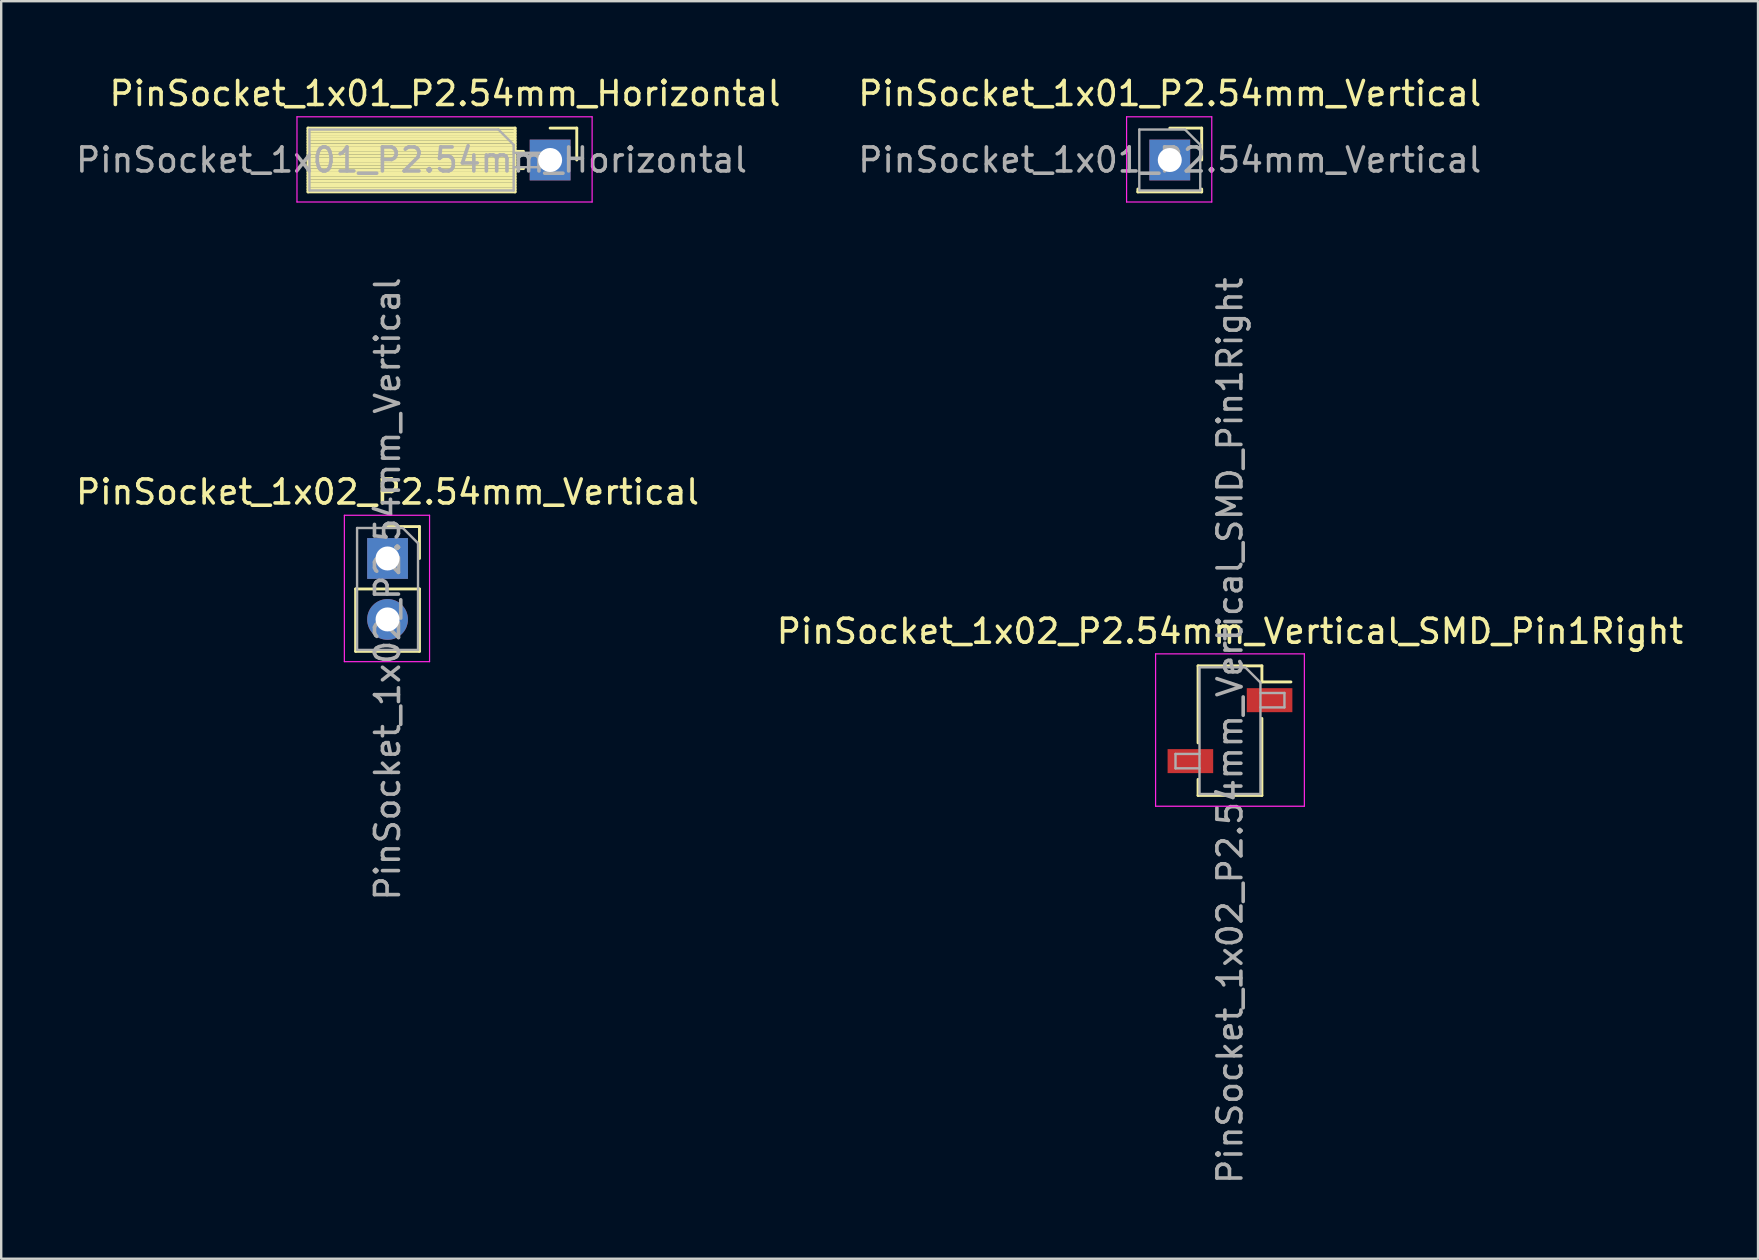
<source format=kicad_pcb>
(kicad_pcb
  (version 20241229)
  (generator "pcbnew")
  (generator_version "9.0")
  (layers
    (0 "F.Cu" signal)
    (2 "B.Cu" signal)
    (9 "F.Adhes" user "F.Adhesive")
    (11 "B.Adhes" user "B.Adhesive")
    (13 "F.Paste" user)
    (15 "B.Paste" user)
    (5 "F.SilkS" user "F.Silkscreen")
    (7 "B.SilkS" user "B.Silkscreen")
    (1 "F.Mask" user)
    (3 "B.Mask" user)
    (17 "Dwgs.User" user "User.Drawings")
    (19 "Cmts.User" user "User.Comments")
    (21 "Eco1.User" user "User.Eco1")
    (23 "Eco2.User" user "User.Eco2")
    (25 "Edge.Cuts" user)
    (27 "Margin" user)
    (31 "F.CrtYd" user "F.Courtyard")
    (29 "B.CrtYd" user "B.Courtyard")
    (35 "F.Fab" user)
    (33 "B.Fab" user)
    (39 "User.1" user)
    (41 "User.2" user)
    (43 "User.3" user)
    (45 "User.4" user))
  (footprint "PinSocket_1x02_P2.54mm_Vertical_SMD_Pin1Right"
    (layer "F.Cu")
    (at 48.208 27.399)
    (property "Reference" "PinSocket_1x02_P2.54mm_Vertical_SMD_Pin1Right" (at 0 -4.14 0) (layer "F.SilkS") (effects (font (size 1 1) (thickness 0.15))))
    (attr smd)
    (fp_line (start -1.33 -2.7) (end -1.33 0.51) (stroke (width 0.12) (type solid)) (layer "F.SilkS"))
    (fp_line (start -1.33 -2.7) (end 1.33 -2.7) (stroke (width 0.12) (type solid)) (layer "F.SilkS"))
    (fp_line (start -1.33 2.03) (end -1.33 2.7) (stroke (width 0.12) (type solid)) (layer "F.SilkS"))
    (fp_line (start -1.33 2.7) (end 1.33 2.7) (stroke (width 0.12) (type solid)) (layer "F.SilkS"))
    (fp_line (start 1.33 -2.7) (end 1.33 -2.03) (stroke (width 0.12) (type solid)) (layer "F.SilkS"))
    (fp_line (start 1.33 -2.03) (end 2.54 -2.03) (stroke (width 0.12) (type solid)) (layer "F.SilkS"))
    (fp_line (start 1.33 -0.51) (end 1.33 2.7) (stroke (width 0.12) (type solid)) (layer "F.SilkS"))
    (fp_line (start -3.1 -3.2) (end 3.1 -3.2) (stroke (width 0.05) (type solid)) (layer "F.CrtYd"))
    (fp_line (start -3.1 3.15) (end -3.1 -3.2) (stroke (width 0.05) (type solid)) (layer "F.CrtYd"))
    (fp_line (start 3.1 -3.2) (end 3.1 3.15) (stroke (width 0.05) (type solid)) (layer "F.CrtYd"))
    (fp_line (start 3.1 3.15) (end -3.1 3.15) (stroke (width 0.05) (type solid)) (layer "F.CrtYd"))
    (fp_line (start -2.27 0.97) (end -1.27 0.97) (stroke (width 0.1) (type solid)) (layer "F.Fab"))
    (fp_line (start -2.27 1.57) (end -2.27 0.97) (stroke (width 0.1) (type solid)) (layer "F.Fab"))
    (fp_line (start -1.27 -2.64) (end 0.635 -2.64) (stroke (width 0.1) (type solid)) (layer "F.Fab"))
    (fp_line (start -1.27 1.57) (end -2.27 1.57) (stroke (width 0.1) (type solid)) (layer "F.Fab"))
    (fp_line (start -1.27 2.64) (end -1.27 -2.64) (stroke (width 0.1) (type solid)) (layer "F.Fab"))
    (fp_line (start 0.635 -2.64) (end 1.27 -2.005) (stroke (width 0.1) (type solid)) (layer "F.Fab"))
    (fp_line (start 1.27 -2.005) (end 1.27 2.64) (stroke (width 0.1) (type solid)) (layer "F.Fab"))
    (fp_line (start 1.27 -1.57) (end 2.27 -1.57) (stroke (width 0.1) (type solid)) (layer "F.Fab"))
    (fp_line (start 1.27 2.64) (end -1.27 2.64) (stroke (width 0.1) (type solid)) (layer "F.Fab"))
    (fp_line (start 2.27 -1.57) (end 2.27 -0.97) (stroke (width 0.1) (type solid)) (layer "F.Fab"))
    (fp_line (start 2.27 -0.97) (end 1.27 -0.97) (stroke (width 0.1) (type solid)) (layer "F.Fab"))
    (fp_text user "${REFERENCE}" (at 0 0 90) (layer "F.Fab") (effects (font (size 1 1) (thickness 0.15))))
    (pad "1" smd rect (at 1.65 -1.27) (size 1.9 1) (layers "F.Cu" "F.Mask" "F.Paste"))
    (pad "2" smd rect (at -1.65 1.27) (size 1.9 1) (layers "F.Cu" "F.Mask" "F.Paste")))
  (footprint "PinSocket_1x02_P2.54mm_Vertical"
    (layer "F.Cu")
    (at 13.101 20.224)
    (property "Reference" "PinSocket_1x02_P2.54mm_Vertical" (at 0 -2.77 0) (layer "F.SilkS") (effects (font (size 1 1) (thickness 0.15))))
    (attr through_hole)
    (fp_line (start -1.33 1.27) (end -1.33 3.87) (stroke (width 0.12) (type solid)) (layer "F.SilkS"))
    (fp_line (start -1.33 1.27) (end 1.33 1.27) (stroke (width 0.12) (type solid)) (layer "F.SilkS"))
    (fp_line (start -1.33 3.87) (end 1.33 3.87) (stroke (width 0.12) (type solid)) (layer "F.SilkS"))
    (fp_line (start 0 -1.33) (end 1.33 -1.33) (stroke (width 0.12) (type solid)) (layer "F.SilkS"))
    (fp_line (start 1.33 -1.33) (end 1.33 0) (stroke (width 0.12) (type solid)) (layer "F.SilkS"))
    (fp_line (start 1.33 1.27) (end 1.33 3.87) (stroke (width 0.12) (type solid)) (layer "F.SilkS"))
    (fp_line (start -1.8 -1.8) (end 1.75 -1.8) (stroke (width 0.05) (type solid)) (layer "F.CrtYd"))
    (fp_line (start -1.8 4.3) (end -1.8 -1.8) (stroke (width 0.05) (type solid)) (layer "F.CrtYd"))
    (fp_line (start 1.75 -1.8) (end 1.75 4.3) (stroke (width 0.05) (type solid)) (layer "F.CrtYd"))
    (fp_line (start 1.75 4.3) (end -1.8 4.3) (stroke (width 0.05) (type solid)) (layer "F.CrtYd"))
    (fp_line (start -1.27 -1.27) (end 0.635 -1.27) (stroke (width 0.1) (type solid)) (layer "F.Fab"))
    (fp_line (start -1.27 3.81) (end -1.27 -1.27) (stroke (width 0.1) (type solid)) (layer "F.Fab"))
    (fp_line (start 0.635 -1.27) (end 1.27 -0.635) (stroke (width 0.1) (type solid)) (layer "F.Fab"))
    (fp_line (start 1.27 -0.635) (end 1.27 3.81) (stroke (width 0.1) (type solid)) (layer "F.Fab"))
    (fp_line (start 1.27 3.81) (end -1.27 3.81) (stroke (width 0.1) (type solid)) (layer "F.Fab"))
    (fp_text user "${REFERENCE}" (at 0 1.27 90) (layer "F.Fab") (effects (font (size 1 1) (thickness 0.15))))
    (pad "1" thru_hole rect (at 0 0) (size 1.7 1.7) (drill 1) (layers "*.Cu" "*.Mask"))
    (pad "2" thru_hole oval (at 0 2.54) (size 1.7 1.7) (drill 1) (layers "*.Cu" "*.Mask")))
  (footprint "PinSocket_1x01_P2.54mm_Horizontal"
    (layer "F.Cu")
    (at 19.876 3.618)
    (property "Reference" "PinSocket_1x01_P2.54mm_Horizontal" (at -4.38 -2.77 0) (layer "F.SilkS") (effects (font (size 1 1) (thickness 0.15))))
    (attr through_hole)
    (fp_line (start -10.09 -1.33) (end -10.09 1.33) (stroke (width 0.12) (type solid)) (layer "F.SilkS"))
    (fp_line (start -10.09 -1.33) (end -1.46 -1.33) (stroke (width 0.12) (type solid)) (layer "F.SilkS"))
    (fp_line (start -10.09 -1.21) (end -1.46 -1.21) (stroke (width 0.12) (type solid)) (layer "F.SilkS"))
    (fp_line (start -10.09 -1.095) (end -1.46 -1.095) (stroke (width 0.12) (type solid)) (layer "F.SilkS"))
    (fp_line (start -10.09 -0.979) (end -1.46 -0.979) (stroke (width 0.12) (type solid)) (layer "F.SilkS"))
    (fp_line (start -10.09 -0.864) (end -1.46 -0.864) (stroke (width 0.12) (type solid)) (layer "F.SilkS"))
    (fp_line (start -10.09 -0.748) (end -1.46 -0.748) (stroke (width 0.12) (type solid)) (layer "F.SilkS"))
    (fp_line (start -10.09 -0.633) (end -1.46 -0.633) (stroke (width 0.12) (type solid)) (layer "F.SilkS"))
    (fp_line (start -10.09 -0.517) (end -1.46 -0.517) (stroke (width 0.12) (type solid)) (layer "F.SilkS"))
    (fp_line (start -10.09 -0.402) (end -1.46 -0.402) (stroke (width 0.12) (type solid)) (layer "F.SilkS"))
    (fp_line (start -10.09 -0.286) (end -1.46 -0.286) (stroke (width 0.12) (type solid)) (layer "F.SilkS"))
    (fp_line (start -10.09 -0.171) (end -1.46 -0.171) (stroke (width 0.12) (type solid)) (layer "F.SilkS"))
    (fp_line (start -10.09 -0.055) (end -1.46 -0.055) (stroke (width 0.12) (type solid)) (layer "F.SilkS"))
    (fp_line (start -10.09 0.06) (end -1.46 0.06) (stroke (width 0.12) (type solid)) (layer "F.SilkS"))
    (fp_line (start -10.09 0.175) (end -1.46 0.175) (stroke (width 0.12) (type solid)) (layer "F.SilkS"))
    (fp_line (start -10.09 0.291) (end -1.46 0.291) (stroke (width 0.12) (type solid)) (layer "F.SilkS"))
    (fp_line (start -10.09 0.406) (end -1.46 0.406) (stroke (width 0.12) (type solid)) (layer "F.SilkS"))
    (fp_line (start -10.09 0.522) (end -1.46 0.522) (stroke (width 0.12) (type solid)) (layer "F.SilkS"))
    (fp_line (start -10.09 0.637) (end -1.46 0.637) (stroke (width 0.12) (type solid)) (layer "F.SilkS"))
    (fp_line (start -10.09 0.753) (end -1.46 0.753) (stroke (width 0.12) (type solid)) (layer "F.SilkS"))
    (fp_line (start -10.09 0.868) (end -1.46 0.868) (stroke (width 0.12) (type solid)) (layer "F.SilkS"))
    (fp_line (start -10.09 0.984) (end -1.46 0.984) (stroke (width 0.12) (type solid)) (layer "F.SilkS"))
    (fp_line (start -10.09 1.099) (end -1.46 1.099) (stroke (width 0.12) (type solid)) (layer "F.SilkS"))
    (fp_line (start -10.09 1.215) (end -1.46 1.215) (stroke (width 0.12) (type solid)) (layer "F.SilkS"))
    (fp_line (start -10.09 1.33) (end -1.46 1.33) (stroke (width 0.12) (type solid)) (layer "F.SilkS"))
    (fp_line (start -1.46 -1.33) (end -1.46 1.33) (stroke (width 0.12) (type solid)) (layer "F.SilkS"))
    (fp_line (start -1.46 -0.36) (end -1.11 -0.36) (stroke (width 0.12) (type solid)) (layer "F.SilkS"))
    (fp_line (start -1.46 0.36) (end -1.11 0.36) (stroke (width 0.12) (type solid)) (layer "F.SilkS"))
    (fp_line (start 0 -1.33) (end 1.11 -1.33) (stroke (width 0.12) (type solid)) (layer "F.SilkS"))
    (fp_line (start 1.11 -1.33) (end 1.11 0) (stroke (width 0.12) (type solid)) (layer "F.SilkS"))
    (fp_line (start -10.55 -1.8) (end -10.55 1.75) (stroke (width 0.05) (type solid)) (layer "F.CrtYd"))
    (fp_line (start -10.55 1.75) (end 1.75 1.75) (stroke (width 0.05) (type solid)) (layer "F.CrtYd"))
    (fp_line (start 1.75 -1.8) (end -10.55 -1.8) (stroke (width 0.05) (type solid)) (layer "F.CrtYd"))
    (fp_line (start 1.75 1.75) (end 1.75 -1.8) (stroke (width 0.05) (type solid)) (layer "F.CrtYd"))
    (fp_line (start -10.03 -1.27) (end -2.155 -1.27) (stroke (width 0.1) (type solid)) (layer "F.Fab"))
    (fp_line (start -10.03 1.27) (end -10.03 -1.27) (stroke (width 0.1) (type solid)) (layer "F.Fab"))
    (fp_line (start -2.155 -1.27) (end -1.52 -0.635) (stroke (width 0.1) (type solid)) (layer "F.Fab"))
    (fp_line (start -1.52 -0.635) (end -1.52 1.27) (stroke (width 0.1) (type solid)) (layer "F.Fab"))
    (fp_line (start -1.52 0.3) (end 0 0.3) (stroke (width 0.1) (type solid)) (layer "F.Fab"))
    (fp_line (start -1.52 1.27) (end -10.03 1.27) (stroke (width 0.1) (type solid)) (layer "F.Fab"))
    (fp_line (start 0 -0.3) (end -1.52 -0.3) (stroke (width 0.1) (type solid)) (layer "F.Fab"))
    (fp_line (start 0 0.3) (end 0 -0.3) (stroke (width 0.1) (type solid)) (layer "F.Fab"))
    (fp_text user "${REFERENCE}" (at -5.775 0 0) (layer "F.Fab") (effects (font (size 1 1) (thickness 0.15))))
    (pad "1" thru_hole rect (at 0 0) (size 1.7 1.7) (drill 1) (layers "*.Cu" "*.Mask")))
  (footprint "PinSocket_1x01_P2.54mm_Vertical"
    (layer "F.Cu")
    (at 45.699 3.618)
    (property "Reference" "PinSocket_1x01_P2.54mm_Vertical" (at 0 -2.77 0) (layer "F.SilkS") (effects (font (size 1 1) (thickness 0.15))))
    (attr through_hole)
    (fp_line (start -1.33 1.21) (end -1.33 1.33) (stroke (width 0.12) (type solid)) (layer "F.SilkS"))
    (fp_line (start -1.33 1.33) (end 1.33 1.33) (stroke (width 0.12) (type solid)) (layer "F.SilkS"))
    (fp_line (start 0 -1.33) (end 1.33 -1.33) (stroke (width 0.12) (type solid)) (layer "F.SilkS"))
    (fp_line (start 1.33 -1.33) (end 1.33 0) (stroke (width 0.12) (type solid)) (layer "F.SilkS"))
    (fp_line (start 1.33 1.21) (end 1.33 1.33) (stroke (width 0.12) (type solid)) (layer "F.SilkS"))
    (fp_line (start -1.8 -1.8) (end 1.75 -1.8) (stroke (width 0.05) (type solid)) (layer "F.CrtYd"))
    (fp_line (start -1.8 1.75) (end -1.8 -1.8) (stroke (width 0.05) (type solid)) (layer "F.CrtYd"))
    (fp_line (start 1.75 -1.8) (end 1.75 1.75) (stroke (width 0.05) (type solid)) (layer "F.CrtYd"))
    (fp_line (start 1.75 1.75) (end -1.8 1.75) (stroke (width 0.05) (type solid)) (layer "F.CrtYd"))
    (fp_line (start -1.27 -1.27) (end 0.635 -1.27) (stroke (width 0.1) (type solid)) (layer "F.Fab"))
    (fp_line (start -1.27 1.27) (end -1.27 -1.27) (stroke (width 0.1) (type solid)) (layer "F.Fab"))
    (fp_line (start 0.635 -1.27) (end 1.27 -0.635) (stroke (width 0.1) (type solid)) (layer "F.Fab"))
    (fp_line (start 1.27 -0.635) (end 1.27 1.27) (stroke (width 0.1) (type solid)) (layer "F.Fab"))
    (fp_line (start 1.27 1.27) (end -1.27 1.27) (stroke (width 0.1) (type solid)) (layer "F.Fab"))
    (fp_text user "${REFERENCE}" (at 0 0 0) (layer "F.Fab") (effects (font (size 1 1) (thickness 0.15))))
    (pad "1" thru_hole rect (at 0 0) (size 1.7 1.7) (drill 1) (layers "*.Cu" "*.Mask")))
  (gr_rect
    (start -3 -3)
    (end 70.214 49.405)
    (stroke (width 0.1) (type default))
    (fill no)
    (layer "Edge.Cuts")))
</source>
